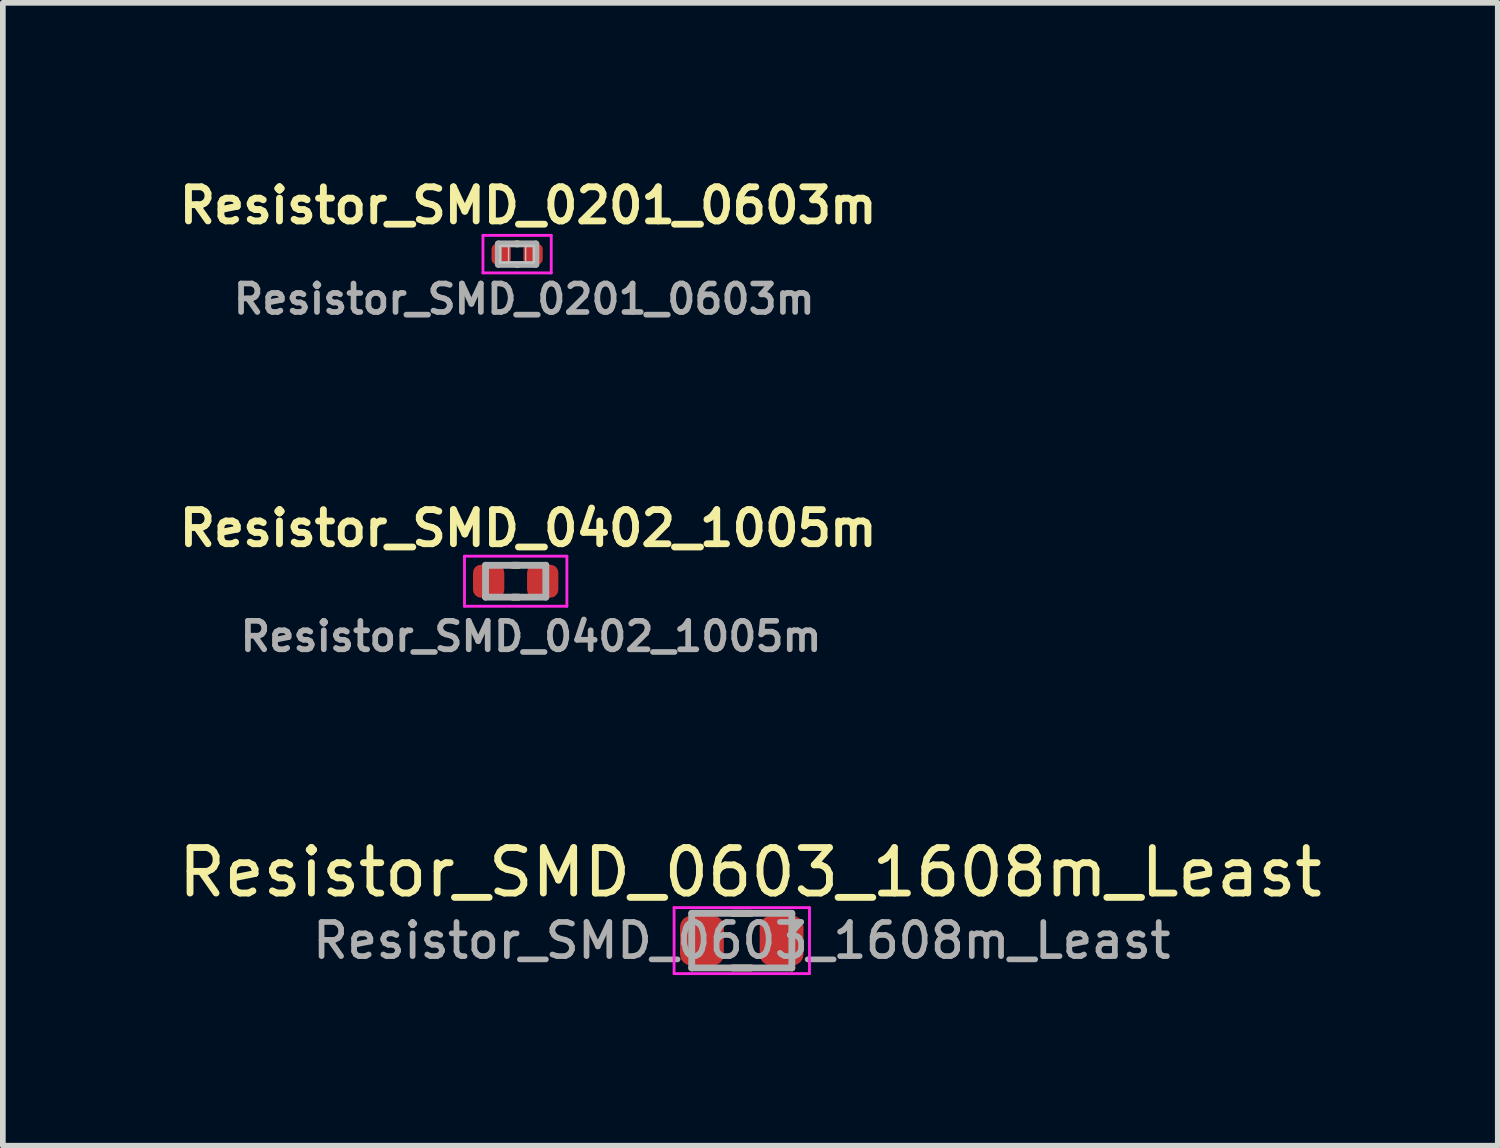
<source format=kicad_pcb>
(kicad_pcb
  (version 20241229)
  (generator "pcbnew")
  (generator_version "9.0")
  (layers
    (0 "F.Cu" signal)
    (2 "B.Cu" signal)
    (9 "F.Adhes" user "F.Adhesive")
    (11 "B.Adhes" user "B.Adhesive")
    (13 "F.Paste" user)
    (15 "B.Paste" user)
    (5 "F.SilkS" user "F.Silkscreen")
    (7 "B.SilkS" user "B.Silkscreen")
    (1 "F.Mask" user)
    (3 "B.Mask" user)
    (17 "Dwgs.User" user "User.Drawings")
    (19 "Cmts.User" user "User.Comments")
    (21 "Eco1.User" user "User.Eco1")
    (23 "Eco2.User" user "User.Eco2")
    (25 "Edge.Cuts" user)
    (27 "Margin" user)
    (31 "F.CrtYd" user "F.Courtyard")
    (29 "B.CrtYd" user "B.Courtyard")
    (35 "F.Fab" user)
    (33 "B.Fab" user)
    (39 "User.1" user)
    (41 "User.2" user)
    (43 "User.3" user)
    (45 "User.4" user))
  (footprint "Resistor_SMD_0201_0603m"
    (layer "F.Cu")
    (at 6.039 1.417)
    (property "Reference" "Resistor_SMD_0201_0603m" (at 0.195 -0.855 0) (layer "F.SilkS") (effects (font (size 0.6 0.6) (thickness 0.12))))
    (attr smd)
    (fp_line (start -0.01 -0.18) (end 0.01 -0.18) (stroke (width 0.12) (type solid)) (layer "F.SilkS"))
    (fp_line (start -0.01 0.18) (end 0.01 0.18) (stroke (width 0.12) (type solid)) (layer "F.SilkS"))
    (fp_line (start -0.3 -0.15) (end -0.15 -0.15) (stroke (width 0.025) (type solid)) (layer "Dwgs.User"))
    (fp_line (start -0.3 -0.15) (end 0.3 -0.15) (stroke (width 0.025) (type solid)) (layer "Dwgs.User"))
    (fp_line (start -0.3 0.15) (end -0.3 -0.15) (stroke (width 0.025) (type solid)) (layer "Dwgs.User"))
    (fp_line (start -0.3 0.15) (end -0.3 -0.15) (stroke (width 0.025) (type solid)) (layer "Dwgs.User"))
    (fp_line (start -0.15 -0.15) (end -0.15 0.15) (stroke (width 0.025) (type solid)) (layer "Dwgs.User"))
    (fp_line (start -0.15 0.15) (end -0.3 0.15) (stroke (width 0.025) (type solid)) (layer "Dwgs.User"))
    (fp_line (start 0.15 -0.15) (end 0.3 -0.15) (stroke (width 0.025) (type solid)) (layer "Dwgs.User"))
    (fp_line (start 0.15 0.15) (end 0.15 -0.15) (stroke (width 0.025) (type solid)) (layer "Dwgs.User"))
    (fp_line (start 0.3 -0.15) (end 0.3 0.15) (stroke (width 0.025) (type solid)) (layer "Dwgs.User"))
    (fp_line (start 0.3 -0.15) (end 0.3 0.15) (stroke (width 0.025) (type solid)) (layer "Dwgs.User"))
    (fp_line (start 0.3 0.15) (end -0.3 0.15) (stroke (width 0.025) (type solid)) (layer "Dwgs.User"))
    (fp_line (start 0.3 0.15) (end 0.15 0.15) (stroke (width 0.025) (type solid)) (layer "Dwgs.User"))
    (fp_line (start -0.6 -0.33) (end 0.6 -0.33) (stroke (width 0.05) (type solid)) (layer "F.CrtYd"))
    (fp_line (start -0.6 0.33) (end -0.6 -0.33) (stroke (width 0.05) (type solid)) (layer "F.CrtYd"))
    (fp_line (start 0.6 -0.33) (end 0.6 0.33) (stroke (width 0.05) (type solid)) (layer "F.CrtYd"))
    (fp_line (start 0.6 0.33) (end -0.6 0.33) (stroke (width 0.05) (type solid)) (layer "F.CrtYd"))
    (fp_line (start -0.33 -0.18) (end 0.33 -0.18) (stroke (width 0.12) (type solid)) (layer "F.Fab"))
    (fp_line (start -0.33 0.18) (end -0.33 -0.18) (stroke (width 0.12) (type solid)) (layer "F.Fab"))
    (fp_line (start 0.33 -0.18) (end 0.33 0.18) (stroke (width 0.12) (type solid)) (layer "F.Fab"))
    (fp_line (start 0.33 0.18) (end -0.33 0.18) (stroke (width 0.12) (type solid)) (layer "F.Fab"))
    (fp_text user "${REFERENCE}" (at 0.125 0.79 0) (layer "F.Fab") (effects (font (size 0.5 0.5) (thickness 0.1))))
    (pad "1" smd roundrect (at -0.28 0) (size 0.34 0.36) (layers "F.Cu" "F.Mask" "F.Paste") (roundrect_rratio 0.265))
    (pad "2" smd roundrect (at 0.28 0) (size 0.34 0.36) (layers "F.Cu" "F.Mask" "F.Paste") (roundrect_rratio 0.265)))
  (footprint "Resistor_SMD_0603_1608m_Least"
    (layer "F.Cu")
    (at 9.988 13.483)
    (property "Reference" "Resistor_SMD_0603_1608m_Least" (at 0.15 -1.2 0) (layer "F.SilkS") (effects (font (size 0.8 0.8) (thickness 0.12))))
    (attr smd)
    (fp_line (start -0.165 -0.48) (end 0.165 -0.48) (stroke (width 0.12) (type solid)) (layer "F.SilkS"))
    (fp_line (start -0.165 0.48) (end 0.165 0.48) (stroke (width 0.12) (type solid)) (layer "F.SilkS"))
    (fp_line (start -1.19 -0.58) (end 1.19 -0.58) (stroke (width 0.05) (type solid)) (layer "F.CrtYd"))
    (fp_line (start -1.19 0.58) (end -1.19 -0.58) (stroke (width 0.05) (type solid)) (layer "F.CrtYd"))
    (fp_line (start 1.19 -0.58) (end 1.19 0.58) (stroke (width 0.05) (type solid)) (layer "F.CrtYd"))
    (fp_line (start 1.19 0.58) (end -1.19 0.58) (stroke (width 0.05) (type solid)) (layer "F.CrtYd"))
    (fp_line (start -0.88 -0.48) (end 0.88 -0.48) (stroke (width 0.12) (type solid)) (layer "F.Fab"))
    (fp_line (start -0.88 0.48) (end -0.88 -0.48) (stroke (width 0.12) (type solid)) (layer "F.Fab"))
    (fp_line (start 0.88 -0.48) (end 0.88 0.48) (stroke (width 0.12) (type solid)) (layer "F.Fab"))
    (fp_line (start 0.88 0.48) (end -0.88 0.48) (stroke (width 0.12) (type solid)) (layer "F.Fab"))
    (fp_text user "${REFERENCE}" (at 0 0 0) (layer "F.Fab") (effects (font (size 0.6 0.6) (thickness 0.1))))
    (pad "1" smd roundrect (at -0.7 0) (size 0.77 0.87) (layers "F.Cu" "F.Mask" "F.Paste") (roundrect_rratio 0.247))
    (pad "2" smd roundrect (at 0.7 0) (size 0.77 0.87) (layers "F.Cu" "F.Mask" "F.Paste") (roundrect_rratio 0.247)))
  (footprint "Resistor_SMD_0402_1005m"
    (layer "F.Cu")
    (at 6.014 7.166)
    (property "Reference" "Resistor_SMD_0402_1005m" (at 0.22 -0.93 0) (layer "F.SilkS") (effects (font (size 0.6 0.6) (thickness 0.12))))
    (attr smd)
    (fp_line (start -0.05 -0.28) (end 0.05 -0.28) (stroke (width 0.12) (type solid)) (layer "F.SilkS"))
    (fp_line (start -0.05 0.28) (end 0.05 0.28) (stroke (width 0.12) (type solid)) (layer "F.SilkS"))
    (fp_line (start -0.9 -0.44) (end 0.9 -0.44) (stroke (width 0.05) (type solid)) (layer "F.CrtYd"))
    (fp_line (start -0.9 0.44) (end -0.9 -0.44) (stroke (width 0.05) (type solid)) (layer "F.CrtYd"))
    (fp_line (start 0.9 -0.44) (end 0.9 0.44) (stroke (width 0.05) (type solid)) (layer "F.CrtYd"))
    (fp_line (start 0.9 0.44) (end -0.9 0.44) (stroke (width 0.05) (type solid)) (layer "F.CrtYd"))
    (fp_line (start -0.53 -0.28) (end 0.53 -0.28) (stroke (width 0.12) (type solid)) (layer "F.Fab"))
    (fp_line (start -0.53 0.28) (end -0.53 -0.28) (stroke (width 0.12) (type solid)) (layer "F.Fab"))
    (fp_line (start 0.53 -0.28) (end 0.53 0.28) (stroke (width 0.12) (type solid)) (layer "F.Fab"))
    (fp_line (start 0.53 0.28) (end -0.53 0.28) (stroke (width 0.12) (type solid)) (layer "F.Fab"))
    (fp_text user "${REFERENCE}" (at 0.27 0.97 0) (layer "F.Fab") (effects (font (size 0.5 0.5) (thickness 0.1))))
    (pad "1" smd roundrect (at -0.475 0) (size 0.55 0.58) (layers "F.Cu" "F.Mask" "F.Paste") (roundrect_rratio 0.255))
    (pad "2" smd roundrect (at 0.475 0) (size 0.55 0.58) (layers "F.Cu" "F.Mask" "F.Paste") (roundrect_rratio 0.255)))
  (gr_rect
    (start -3 -3)
    (end 23.276 17.088)
    (stroke (width 0.1) (type default))
    (fill no)
    (layer "Edge.Cuts")))
</source>
